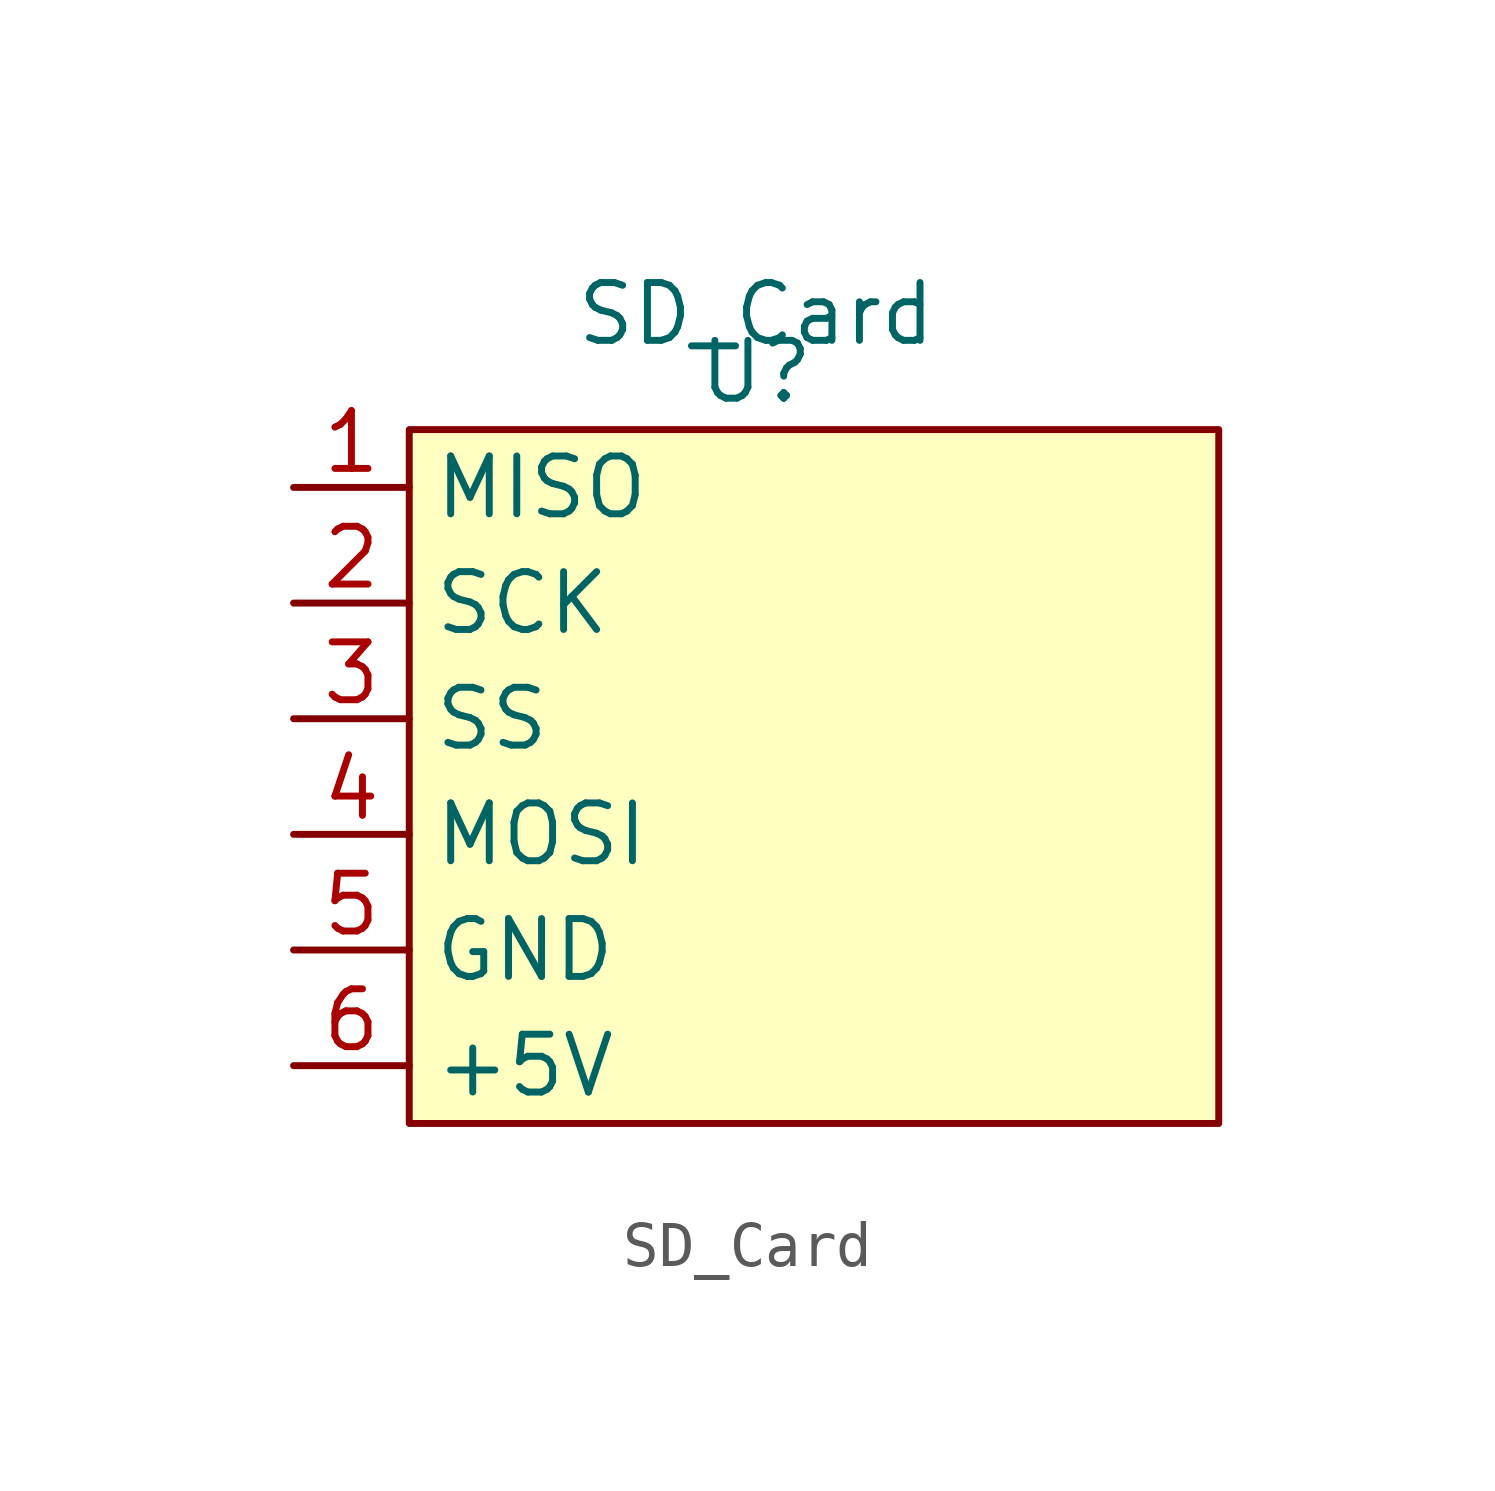
<source format=kicad_sym>
(kicad_symbol_lib
  (version 20211014)
  (generator kicad_symbol_editor)
  (symbol "SD_Card"
    (property "Reference" "U"
      (at 3.81 -1.27 0)
      (effects (font (size 1.27 1.27))))
    (property "Value" "SD_Card"
      (at 3.81 0 0)
      (effects (font (size 1.27 1.27))))
    (symbol "SD_Card_0_1"
      (rectangle (start -3.81 -2.54) (end 13.97 -17.78) (stroke (width 0) (type default) (color 0 0 0 0)) (fill (type background))))
    (symbol "SD_Card_1_1"
      (pin input line (at -6.35 -3.81 0) (length 2.54) (name "MISO" (effects (font (size 1.27 1.27)))) (number "1" (effects (font (size 1.27 1.27)))))
      (pin input line (at -6.35 -6.35 0) (length 2.54) (name "SCK" (effects (font (size 1.27 1.27)))) (number "2" (effects (font (size 1.27 1.27)))))
      (pin input line (at -6.35 -8.89 0) (length 2.54) (name "SS" (effects (font (size 1.27 1.27)))) (number "3" (effects (font (size 1.27 1.27)))))
      (pin input line (at -6.35 -11.43 0) (length 2.54) (name "MOSI" (effects (font (size 1.27 1.27)))) (number "4" (effects (font (size 1.27 1.27)))))
      (pin input line (at -6.35 -13.97 0) (length 2.54) (name "GND" (effects (font (size 1.27 1.27)))) (number "5" (effects (font (size 1.27 1.27)))))
      (pin input line (at -6.35 -16.51 0) (length 2.54) (name "+5V" (effects (font (size 1.27 1.27)))) (number "6" (effects (font (size 1.27 1.27))))))))
</source>
